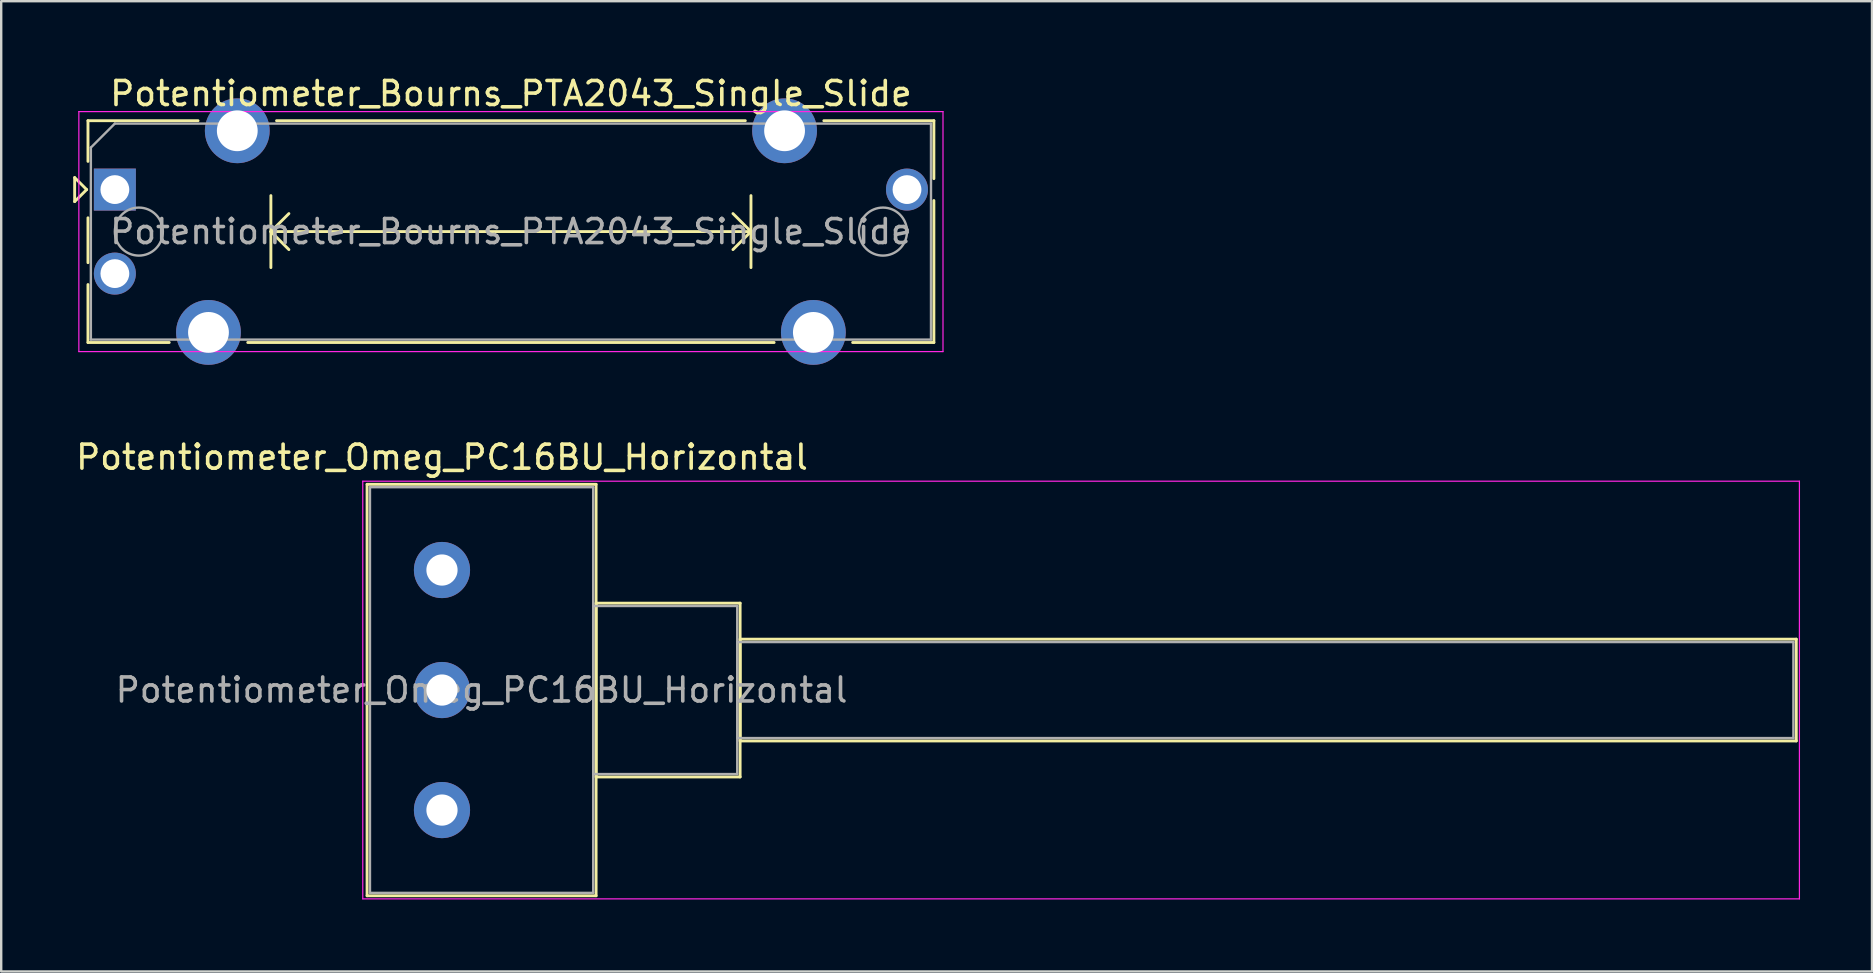
<source format=kicad_pcb>
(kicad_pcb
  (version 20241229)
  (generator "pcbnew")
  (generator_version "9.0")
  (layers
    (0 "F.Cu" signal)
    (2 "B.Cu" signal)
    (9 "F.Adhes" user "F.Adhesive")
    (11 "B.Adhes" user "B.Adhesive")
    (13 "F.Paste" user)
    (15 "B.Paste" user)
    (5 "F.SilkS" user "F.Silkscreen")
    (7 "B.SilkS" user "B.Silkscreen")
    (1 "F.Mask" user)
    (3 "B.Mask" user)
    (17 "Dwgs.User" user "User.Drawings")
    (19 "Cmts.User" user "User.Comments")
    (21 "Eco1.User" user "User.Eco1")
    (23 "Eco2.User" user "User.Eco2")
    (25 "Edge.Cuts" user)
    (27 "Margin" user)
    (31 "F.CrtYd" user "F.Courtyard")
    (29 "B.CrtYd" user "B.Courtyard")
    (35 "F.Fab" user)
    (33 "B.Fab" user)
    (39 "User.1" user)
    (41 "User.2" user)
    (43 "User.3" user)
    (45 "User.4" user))
  (footprint "Potentiometer_Omeg_PC16BU_Horizontal"
    (layer "F.Cu")
    (at 15.363 30.697)
    (property "Reference" "Potentiometer_Omeg_PC16BU_Horizontal" (at 0 -14.7 0) (layer "F.SilkS") (effects (font (size 1 1) (thickness 0.15))))
    (attr through_hole)
    (fp_line (start -3.121 -13.57) (end -3.121 3.57) (stroke (width 0.12) (type solid)) (layer "F.SilkS"))
    (fp_line (start -3.121 -13.57) (end 6.42 -13.57) (stroke (width 0.12) (type solid)) (layer "F.SilkS"))
    (fp_line (start -3.121 3.57) (end 6.42 3.57) (stroke (width 0.12) (type solid)) (layer "F.SilkS"))
    (fp_line (start 6.42 -13.57) (end 6.42 3.57) (stroke (width 0.12) (type solid)) (layer "F.SilkS"))
    (fp_line (start 6.42 -8.62) (end 6.42 -1.38) (stroke (width 0.12) (type solid)) (layer "F.SilkS"))
    (fp_line (start 6.42 -8.62) (end 12.42 -8.62) (stroke (width 0.12) (type solid)) (layer "F.SilkS"))
    (fp_line (start 6.42 -1.38) (end 12.42 -1.38) (stroke (width 0.12) (type solid)) (layer "F.SilkS"))
    (fp_line (start 12.42 -8.62) (end 12.42 -1.38) (stroke (width 0.12) (type solid)) (layer "F.SilkS"))
    (fp_line (start 12.42 -7.12) (end 12.42 -2.88) (stroke (width 0.12) (type solid)) (layer "F.SilkS"))
    (fp_line (start 12.42 -7.12) (end 56.42 -7.12) (stroke (width 0.12) (type solid)) (layer "F.SilkS"))
    (fp_line (start 12.42 -2.88) (end 56.42 -2.88) (stroke (width 0.12) (type solid)) (layer "F.SilkS"))
    (fp_line (start 56.42 -7.12) (end 56.42 -2.88) (stroke (width 0.12) (type solid)) (layer "F.SilkS"))
    (fp_line (start -3.3 -13.7) (end -3.3 3.7) (stroke (width 0.05) (type solid)) (layer "F.CrtYd"))
    (fp_line (start -3.3 3.7) (end 56.55 3.7) (stroke (width 0.05) (type solid)) (layer "F.CrtYd"))
    (fp_line (start 56.55 -13.7) (end -3.3 -13.7) (stroke (width 0.05) (type solid)) (layer "F.CrtYd"))
    (fp_line (start 56.55 3.7) (end 56.55 -13.7) (stroke (width 0.05) (type solid)) (layer "F.CrtYd"))
    (fp_line (start -3 -13.45) (end -3 3.45) (stroke (width 0.1) (type solid)) (layer "F.Fab"))
    (fp_line (start -3 3.45) (end 6.3 3.45) (stroke (width 0.1) (type solid)) (layer "F.Fab"))
    (fp_line (start 6.3 -13.45) (end -3 -13.45) (stroke (width 0.1) (type solid)) (layer "F.Fab"))
    (fp_line (start 6.3 -8.5) (end 6.3 -1.5) (stroke (width 0.1) (type solid)) (layer "F.Fab"))
    (fp_line (start 6.3 -1.5) (end 12.3 -1.5) (stroke (width 0.1) (type solid)) (layer "F.Fab"))
    (fp_line (start 6.3 3.45) (end 6.3 -13.45) (stroke (width 0.1) (type solid)) (layer "F.Fab"))
    (fp_line (start 12.3 -8.5) (end 6.3 -8.5) (stroke (width 0.1) (type solid)) (layer "F.Fab"))
    (fp_line (start 12.3 -7) (end 12.3 -3) (stroke (width 0.1) (type solid)) (layer "F.Fab"))
    (fp_line (start 12.3 -3) (end 56.3 -3) (stroke (width 0.1) (type solid)) (layer "F.Fab"))
    (fp_line (start 12.3 -1.5) (end 12.3 -8.5) (stroke (width 0.1) (type solid)) (layer "F.Fab"))
    (fp_line (start 56.3 -7) (end 12.3 -7) (stroke (width 0.1) (type solid)) (layer "F.Fab"))
    (fp_line (start 56.3 -3) (end 56.3 -7) (stroke (width 0.1) (type solid)) (layer "F.Fab"))
    (fp_text user "${REFERENCE}" (at 1.65 -5 0) (layer "F.Fab") (effects (font (size 1 1) (thickness 0.15))))
    (pad "1" thru_hole circle (at 0 0) (size 2.34 2.34) (drill 1.3) (layers "*.Cu" "*.Mask"))
    (pad "2" thru_hole circle (at 0 -5) (size 2.34 2.34) (drill 1.3) (layers "*.Cu" "*.Mask"))
    (pad "3" thru_hole circle (at 0 -10) (size 2.34 2.34) (drill 1.3) (layers "*.Cu" "*.Mask")))
  (footprint "Potentiometer_Bourns_PTA2043_Single_Slide"
    (layer "F.Cu")
    (at 1.735 4.848)
    (property "Reference" "Potentiometer_Bourns_PTA2043_Single_Slide" (at 16.5 -4 0) (layer "F.SilkS") (effects (font (size 1 1) (thickness 0.15))))
    (attr through_hole)
    (fp_line (start -1.675 -0.5) (end -1.675 0.5) (stroke (width 0.12) (type solid)) (layer "F.SilkS"))
    (fp_line (start -1.675 0.5) (end -1.175 0) (stroke (width 0.12) (type solid)) (layer "F.SilkS"))
    (fp_line (start -1.175 0) (end -1.675 -0.5) (stroke (width 0.12) (type solid)) (layer "F.SilkS"))
    (fp_line (start -1.12 -2.87) (end -1.12 -1.175) (stroke (width 0.12) (type solid)) (layer "F.SilkS"))
    (fp_line (start -1.12 -2.87) (end 3.465 -2.87) (stroke (width 0.12) (type solid)) (layer "F.SilkS"))
    (fp_line (start -1.12 1.175) (end -1.12 3.045) (stroke (width 0.12) (type solid)) (layer "F.SilkS"))
    (fp_line (start -1.12 3.956) (end -1.12 6.37) (stroke (width 0.12) (type solid)) (layer "F.SilkS"))
    (fp_line (start -1.12 6.37) (end 2.265 6.37) (stroke (width 0.12) (type solid)) (layer "F.SilkS"))
    (fp_line (start 5.536 6.37) (end 27.465 6.37) (stroke (width 0.12) (type solid)) (layer "F.SilkS"))
    (fp_line (start 6.5 0.25) (end 6.5 3.25) (stroke (width 0.12) (type solid)) (layer "F.SilkS"))
    (fp_line (start 6.5 1.75) (end 7.25 2.5) (stroke (width 0.12) (type solid)) (layer "F.SilkS"))
    (fp_line (start 6.5 1.75) (end 26.5 1.75) (stroke (width 0.12) (type solid)) (layer "F.SilkS"))
    (fp_line (start 6.736 -2.87) (end 26.265 -2.87) (stroke (width 0.12) (type solid)) (layer "F.SilkS"))
    (fp_line (start 7.25 1) (end 6.5 1.75) (stroke (width 0.12) (type solid)) (layer "F.SilkS"))
    (fp_line (start 25.75 1) (end 26.5 1.75) (stroke (width 0.12) (type solid)) (layer "F.SilkS"))
    (fp_line (start 26.5 0.25) (end 26.5 3.25) (stroke (width 0.12) (type solid)) (layer "F.SilkS"))
    (fp_line (start 26.5 1.75) (end 25.75 2.5) (stroke (width 0.12) (type solid)) (layer "F.SilkS"))
    (fp_line (start 29.536 -2.87) (end 34.12 -2.87) (stroke (width 0.12) (type solid)) (layer "F.SilkS"))
    (fp_line (start 30.736 6.37) (end 34.12 6.37) (stroke (width 0.12) (type solid)) (layer "F.SilkS"))
    (fp_line (start 34.12 -2.87) (end 34.12 -0.456) (stroke (width 0.12) (type solid)) (layer "F.SilkS"))
    (fp_line (start 34.12 0.456) (end 34.12 6.37) (stroke (width 0.12) (type solid)) (layer "F.SilkS"))
    (fp_line (start -1.5 -3.25) (end -1.5 6.75) (stroke (width 0.05) (type solid)) (layer "F.CrtYd"))
    (fp_line (start -1.5 6.75) (end 34.5 6.75) (stroke (width 0.05) (type solid)) (layer "F.CrtYd"))
    (fp_line (start 34.5 -3.25) (end -1.5 -3.25) (stroke (width 0.05) (type solid)) (layer "F.CrtYd"))
    (fp_line (start 34.5 6.75) (end 34.5 -3.25) (stroke (width 0.05) (type solid)) (layer "F.CrtYd"))
    (fp_line (start -1 -1.75) (end 0 -2.75) (stroke (width 0.1) (type solid)) (layer "F.Fab"))
    (fp_line (start -1 6.25) (end -1 -1.75) (stroke (width 0.1) (type solid)) (layer "F.Fab"))
    (fp_line (start 0 -2.75) (end 34 -2.75) (stroke (width 0.1) (type solid)) (layer "F.Fab"))
    (fp_line (start 34 -2.75) (end 34 6.25) (stroke (width 0.1) (type solid)) (layer "F.Fab"))
    (fp_line (start 34 6.25) (end -1 6.25) (stroke (width 0.1) (type solid)) (layer "F.Fab"))
    (fp_circle (center 1 1.75) (end 2 1.75) (stroke (width 0.1) (type solid)) (fill no) (layer "F.Fab"))
    (fp_circle (center 32 1.75) (end 33 1.75) (stroke (width 0.1) (type solid)) (fill no) (layer "F.Fab"))
    (fp_text user "${REFERENCE}" (at 16.5 1.75 0) (layer "F.Fab") (effects (font (size 1 1) (thickness 0.15))))
    (pad "1" thru_hole rect (at 0 0) (size 1.75 1.75) (drill 1.2) (layers "*.Cu" "*.Mask"))
    (pad "2" thru_hole circle (at 0 3.5) (size 1.75 1.75) (drill 1.2) (layers "*.Cu" "*.Mask"))
    (pad "3" thru_hole circle (at 33 0) (size 1.75 1.75) (drill 1.2) (layers "*.Cu" "*.Mask"))
    (pad "MP" thru_hole circle (at 3.9 5.95) (size 2.7 2.7) (drill 1.7) (layers "*.Cu" "*.Mask"))
    (pad "MP" thru_hole circle (at 5.1 -2.45) (size 2.7 2.7) (drill 1.7) (layers "*.Cu" "*.Mask"))
    (pad "MP" thru_hole circle (at 27.9 -2.45) (size 2.7 2.7) (drill 1.7) (layers "*.Cu" "*.Mask"))
    (pad "MP" thru_hole circle (at 29.1 5.95) (size 2.7 2.7) (drill 1.7) (layers "*.Cu" "*.Mask")))
  (gr_rect
    (start -3 -3)
    (end 74.938 37.422)
    (stroke (width 0.1) (type default))
    (fill no)
    (layer "Edge.Cuts")))
</source>
